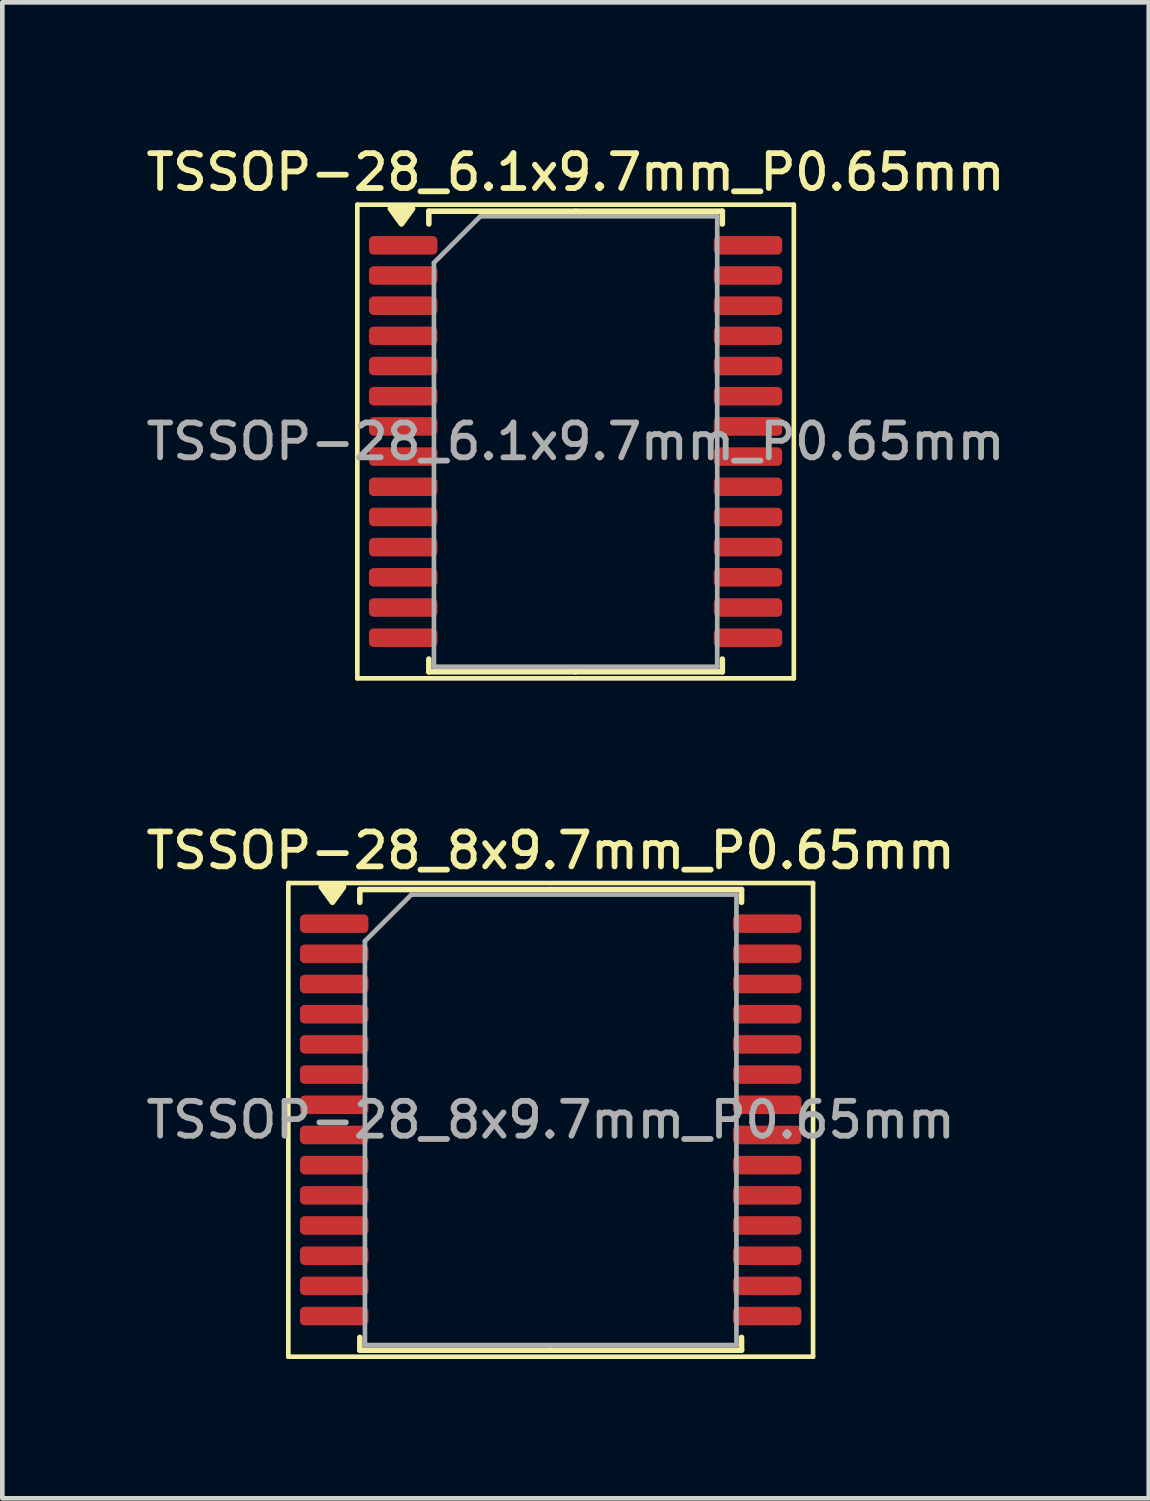
<source format=kicad_pcb>
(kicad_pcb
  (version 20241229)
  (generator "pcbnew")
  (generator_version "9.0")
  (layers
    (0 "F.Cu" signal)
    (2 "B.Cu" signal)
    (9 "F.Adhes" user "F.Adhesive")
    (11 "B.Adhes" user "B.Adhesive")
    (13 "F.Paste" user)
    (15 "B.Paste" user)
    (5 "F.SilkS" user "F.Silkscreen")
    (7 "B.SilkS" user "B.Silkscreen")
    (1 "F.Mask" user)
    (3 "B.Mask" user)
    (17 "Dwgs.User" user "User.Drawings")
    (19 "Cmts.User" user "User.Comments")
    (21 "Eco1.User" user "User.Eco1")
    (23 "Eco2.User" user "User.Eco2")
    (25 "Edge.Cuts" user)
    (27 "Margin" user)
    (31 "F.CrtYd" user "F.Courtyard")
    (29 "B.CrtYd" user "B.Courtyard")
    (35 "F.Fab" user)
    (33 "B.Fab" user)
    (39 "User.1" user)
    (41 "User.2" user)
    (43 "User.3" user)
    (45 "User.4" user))
  (footprint "TSSOP-28_6.1x9.7mm_P0.65mm"
    (layer "F.Cu")
    (at 9.345 6.458)
    (property "Reference" "TSSOP-28_6.1x9.7mm_P0.65mm" (at 0 -5.8 0) (layer "F.SilkS") (effects (font (size 0.75 0.75) (thickness 0.125))))
    (attr smd)
    (fp_line (start -4.7 -5.1) (end -4.7 5.1) (stroke (width 0.1) (type solid)) (layer "F.SilkS"))
    (fp_line (start -4.7 5.1) (end 4.7 5.1) (stroke (width 0.1) (type solid)) (layer "F.SilkS"))
    (fp_line (start -3.16 -4.96) (end -3.16 -4.685) (stroke (width 0.12) (type solid)) (layer "F.SilkS"))
    (fp_line (start -3.16 4.96) (end -3.16 4.685) (stroke (width 0.12) (type solid)) (layer "F.SilkS"))
    (fp_line (start 0 -4.96) (end -3.16 -4.96) (stroke (width 0.12) (type solid)) (layer "F.SilkS"))
    (fp_line (start 0 -4.96) (end 3.16 -4.96) (stroke (width 0.12) (type solid)) (layer "F.SilkS"))
    (fp_line (start 0 4.96) (end -3.16 4.96) (stroke (width 0.12) (type solid)) (layer "F.SilkS"))
    (fp_line (start 0 4.96) (end 3.16 4.96) (stroke (width 0.12) (type solid)) (layer "F.SilkS"))
    (fp_line (start 3.16 -4.96) (end 3.16 -4.685) (stroke (width 0.12) (type solid)) (layer "F.SilkS"))
    (fp_line (start 3.16 4.96) (end 3.16 4.685) (stroke (width 0.12) (type solid)) (layer "F.SilkS"))
    (fp_line (start 4.7 -5.1) (end -4.7 -5.1) (stroke (width 0.1) (type solid)) (layer "F.SilkS"))
    (fp_line (start 4.7 5.1) (end 4.7 -5.1) (stroke (width 0.1) (type solid)) (layer "F.SilkS"))
    (fp_poly (pts (xy -3.75 -4.685) (xy -3.99 -5.015) (xy -3.51 -5.015) (xy -3.75 -4.685)) (stroke (width 0.12) (type solid)) (fill yes) (layer "F.SilkS"))
    (fp_line (start -3.05 -3.85) (end -2.05 -4.85) (stroke (width 0.1) (type solid)) (layer "F.Fab"))
    (fp_line (start -3.05 4.85) (end -3.05 -3.85) (stroke (width 0.1) (type solid)) (layer "F.Fab"))
    (fp_line (start -2.05 -4.85) (end 3.05 -4.85) (stroke (width 0.1) (type solid)) (layer "F.Fab"))
    (fp_line (start 3.05 -4.85) (end 3.05 4.85) (stroke (width 0.1) (type solid)) (layer "F.Fab"))
    (fp_line (start 3.05 4.85) (end -3.05 4.85) (stroke (width 0.1) (type solid)) (layer "F.Fab"))
    (fp_text user "${REFERENCE}" (at 0 0 0) (layer "F.Fab") (effects (font (size 0.75 0.75) (thickness 0.125))))
    (pad "1" smd roundrect (at -3.712 -4.225) (size 1.475 0.4) (layers "F.Cu" "F.Mask" "F.Paste") (roundrect_rratio 0.25))
    (pad "2" smd roundrect (at -3.712 -3.575) (size 1.475 0.4) (layers "F.Cu" "F.Mask" "F.Paste") (roundrect_rratio 0.25))
    (pad "3" smd roundrect (at -3.712 -2.925) (size 1.475 0.4) (layers "F.Cu" "F.Mask" "F.Paste") (roundrect_rratio 0.25))
    (pad "4" smd roundrect (at -3.712 -2.275) (size 1.475 0.4) (layers "F.Cu" "F.Mask" "F.Paste") (roundrect_rratio 0.25))
    (pad "5" smd roundrect (at -3.712 -1.625) (size 1.475 0.4) (layers "F.Cu" "F.Mask" "F.Paste") (roundrect_rratio 0.25))
    (pad "6" smd roundrect (at -3.712 -0.975) (size 1.475 0.4) (layers "F.Cu" "F.Mask" "F.Paste") (roundrect_rratio 0.25))
    (pad "7" smd roundrect (at -3.712 -0.325) (size 1.475 0.4) (layers "F.Cu" "F.Mask" "F.Paste") (roundrect_rratio 0.25))
    (pad "8" smd roundrect (at -3.712 0.325) (size 1.475 0.4) (layers "F.Cu" "F.Mask" "F.Paste") (roundrect_rratio 0.25))
    (pad "9" smd roundrect (at -3.712 0.975) (size 1.475 0.4) (layers "F.Cu" "F.Mask" "F.Paste") (roundrect_rratio 0.25))
    (pad "10" smd roundrect (at -3.712 1.625) (size 1.475 0.4) (layers "F.Cu" "F.Mask" "F.Paste") (roundrect_rratio 0.25))
    (pad "11" smd roundrect (at -3.712 2.275) (size 1.475 0.4) (layers "F.Cu" "F.Mask" "F.Paste") (roundrect_rratio 0.25))
    (pad "12" smd roundrect (at -3.712 2.925) (size 1.475 0.4) (layers "F.Cu" "F.Mask" "F.Paste") (roundrect_rratio 0.25))
    (pad "13" smd roundrect (at -3.712 3.575) (size 1.475 0.4) (layers "F.Cu" "F.Mask" "F.Paste") (roundrect_rratio 0.25))
    (pad "14" smd roundrect (at -3.712 4.225) (size 1.475 0.4) (layers "F.Cu" "F.Mask" "F.Paste") (roundrect_rratio 0.25))
    (pad "15" smd roundrect (at 3.712 4.225) (size 1.475 0.4) (layers "F.Cu" "F.Mask" "F.Paste") (roundrect_rratio 0.25))
    (pad "16" smd roundrect (at 3.712 3.575) (size 1.475 0.4) (layers "F.Cu" "F.Mask" "F.Paste") (roundrect_rratio 0.25))
    (pad "17" smd roundrect (at 3.712 2.925) (size 1.475 0.4) (layers "F.Cu" "F.Mask" "F.Paste") (roundrect_rratio 0.25))
    (pad "18" smd roundrect (at 3.712 2.275) (size 1.475 0.4) (layers "F.Cu" "F.Mask" "F.Paste") (roundrect_rratio 0.25))
    (pad "19" smd roundrect (at 3.712 1.625) (size 1.475 0.4) (layers "F.Cu" "F.Mask" "F.Paste") (roundrect_rratio 0.25))
    (pad "20" smd roundrect (at 3.712 0.975) (size 1.475 0.4) (layers "F.Cu" "F.Mask" "F.Paste") (roundrect_rratio 0.25))
    (pad "21" smd roundrect (at 3.712 0.325) (size 1.475 0.4) (layers "F.Cu" "F.Mask" "F.Paste") (roundrect_rratio 0.25))
    (pad "22" smd roundrect (at 3.712 -0.325) (size 1.475 0.4) (layers "F.Cu" "F.Mask" "F.Paste") (roundrect_rratio 0.25))
    (pad "23" smd roundrect (at 3.712 -0.975) (size 1.475 0.4) (layers "F.Cu" "F.Mask" "F.Paste") (roundrect_rratio 0.25))
    (pad "24" smd roundrect (at 3.712 -1.625) (size 1.475 0.4) (layers "F.Cu" "F.Mask" "F.Paste") (roundrect_rratio 0.25))
    (pad "25" smd roundrect (at 3.712 -2.275) (size 1.475 0.4) (layers "F.Cu" "F.Mask" "F.Paste") (roundrect_rratio 0.25))
    (pad "26" smd roundrect (at 3.712 -2.925) (size 1.475 0.4) (layers "F.Cu" "F.Mask" "F.Paste") (roundrect_rratio 0.25))
    (pad "27" smd roundrect (at 3.712 -3.575) (size 1.475 0.4) (layers "F.Cu" "F.Mask" "F.Paste") (roundrect_rratio 0.25))
    (pad "28" smd roundrect (at 3.712 -4.225) (size 1.475 0.4) (layers "F.Cu" "F.Mask" "F.Paste") (roundrect_rratio 0.25)))
  (footprint "TSSOP-28_8x9.7mm_P0.65mm"
    (layer "F.Cu")
    (at 8.809 21.066)
    (property "Reference" "TSSOP-28_8x9.7mm_P0.65mm" (at 0 -5.8 0) (layer "F.SilkS") (effects (font (size 0.75 0.75) (thickness 0.125))))
    (attr smd)
    (fp_line (start -5.65 -5.1) (end -5.65 5.1) (stroke (width 0.1) (type solid)) (layer "F.SilkS"))
    (fp_line (start -5.65 5.1) (end 5.65 5.1) (stroke (width 0.1) (type solid)) (layer "F.SilkS"))
    (fp_line (start -4.11 -4.96) (end -4.11 -4.685) (stroke (width 0.12) (type solid)) (layer "F.SilkS"))
    (fp_line (start -4.11 4.96) (end -4.11 4.685) (stroke (width 0.12) (type solid)) (layer "F.SilkS"))
    (fp_line (start 0 -4.96) (end -4.11 -4.96) (stroke (width 0.12) (type solid)) (layer "F.SilkS"))
    (fp_line (start 0 -4.96) (end 4.11 -4.96) (stroke (width 0.12) (type solid)) (layer "F.SilkS"))
    (fp_line (start 0 4.96) (end -4.11 4.96) (stroke (width 0.12) (type solid)) (layer "F.SilkS"))
    (fp_line (start 0 4.96) (end 4.11 4.96) (stroke (width 0.12) (type solid)) (layer "F.SilkS"))
    (fp_line (start 4.11 -4.96) (end 4.11 -4.685) (stroke (width 0.12) (type solid)) (layer "F.SilkS"))
    (fp_line (start 4.11 4.96) (end 4.11 4.685) (stroke (width 0.12) (type solid)) (layer "F.SilkS"))
    (fp_line (start 5.65 -5.1) (end -5.65 -5.1) (stroke (width 0.1) (type solid)) (layer "F.SilkS"))
    (fp_line (start 5.65 5.1) (end 5.65 -5.1) (stroke (width 0.1) (type solid)) (layer "F.SilkS"))
    (fp_poly (pts (xy -4.7 -4.685) (xy -4.94 -5.015) (xy -4.46 -5.015) (xy -4.7 -4.685)) (stroke (width 0.12) (type solid)) (fill yes) (layer "F.SilkS"))
    (fp_line (start -4 -3.85) (end -3 -4.85) (stroke (width 0.1) (type solid)) (layer "F.Fab"))
    (fp_line (start -4 4.85) (end -4 -3.85) (stroke (width 0.1) (type solid)) (layer "F.Fab"))
    (fp_line (start -3 -4.85) (end 4 -4.85) (stroke (width 0.1) (type solid)) (layer "F.Fab"))
    (fp_line (start 4 -4.85) (end 4 4.85) (stroke (width 0.1) (type solid)) (layer "F.Fab"))
    (fp_line (start 4 4.85) (end -4 4.85) (stroke (width 0.1) (type solid)) (layer "F.Fab"))
    (fp_text user "${REFERENCE}" (at 0 0 0) (layer "F.Fab") (effects (font (size 0.75 0.75) (thickness 0.125))))
    (pad "1" smd roundrect (at -4.662 -4.225) (size 1.475 0.4) (layers "F.Cu" "F.Mask" "F.Paste") (roundrect_rratio 0.25))
    (pad "2" smd roundrect (at -4.662 -3.575) (size 1.475 0.4) (layers "F.Cu" "F.Mask" "F.Paste") (roundrect_rratio 0.25))
    (pad "3" smd roundrect (at -4.662 -2.925) (size 1.475 0.4) (layers "F.Cu" "F.Mask" "F.Paste") (roundrect_rratio 0.25))
    (pad "4" smd roundrect (at -4.662 -2.275) (size 1.475 0.4) (layers "F.Cu" "F.Mask" "F.Paste") (roundrect_rratio 0.25))
    (pad "5" smd roundrect (at -4.662 -1.625) (size 1.475 0.4) (layers "F.Cu" "F.Mask" "F.Paste") (roundrect_rratio 0.25))
    (pad "6" smd roundrect (at -4.662 -0.975) (size 1.475 0.4) (layers "F.Cu" "F.Mask" "F.Paste") (roundrect_rratio 0.25))
    (pad "7" smd roundrect (at -4.662 -0.325) (size 1.475 0.4) (layers "F.Cu" "F.Mask" "F.Paste") (roundrect_rratio 0.25))
    (pad "8" smd roundrect (at -4.662 0.325) (size 1.475 0.4) (layers "F.Cu" "F.Mask" "F.Paste") (roundrect_rratio 0.25))
    (pad "9" smd roundrect (at -4.662 0.975) (size 1.475 0.4) (layers "F.Cu" "F.Mask" "F.Paste") (roundrect_rratio 0.25))
    (pad "10" smd roundrect (at -4.662 1.625) (size 1.475 0.4) (layers "F.Cu" "F.Mask" "F.Paste") (roundrect_rratio 0.25))
    (pad "11" smd roundrect (at -4.662 2.275) (size 1.475 0.4) (layers "F.Cu" "F.Mask" "F.Paste") (roundrect_rratio 0.25))
    (pad "12" smd roundrect (at -4.662 2.925) (size 1.475 0.4) (layers "F.Cu" "F.Mask" "F.Paste") (roundrect_rratio 0.25))
    (pad "13" smd roundrect (at -4.662 3.575) (size 1.475 0.4) (layers "F.Cu" "F.Mask" "F.Paste") (roundrect_rratio 0.25))
    (pad "14" smd roundrect (at -4.662 4.225) (size 1.475 0.4) (layers "F.Cu" "F.Mask" "F.Paste") (roundrect_rratio 0.25))
    (pad "15" smd roundrect (at 4.662 4.225) (size 1.475 0.4) (layers "F.Cu" "F.Mask" "F.Paste") (roundrect_rratio 0.25))
    (pad "16" smd roundrect (at 4.662 3.575) (size 1.475 0.4) (layers "F.Cu" "F.Mask" "F.Paste") (roundrect_rratio 0.25))
    (pad "17" smd roundrect (at 4.662 2.925) (size 1.475 0.4) (layers "F.Cu" "F.Mask" "F.Paste") (roundrect_rratio 0.25))
    (pad "18" smd roundrect (at 4.662 2.275) (size 1.475 0.4) (layers "F.Cu" "F.Mask" "F.Paste") (roundrect_rratio 0.25))
    (pad "19" smd roundrect (at 4.662 1.625) (size 1.475 0.4) (layers "F.Cu" "F.Mask" "F.Paste") (roundrect_rratio 0.25))
    (pad "20" smd roundrect (at 4.662 0.975) (size 1.475 0.4) (layers "F.Cu" "F.Mask" "F.Paste") (roundrect_rratio 0.25))
    (pad "21" smd roundrect (at 4.662 0.325) (size 1.475 0.4) (layers "F.Cu" "F.Mask" "F.Paste") (roundrect_rratio 0.25))
    (pad "22" smd roundrect (at 4.662 -0.325) (size 1.475 0.4) (layers "F.Cu" "F.Mask" "F.Paste") (roundrect_rratio 0.25))
    (pad "23" smd roundrect (at 4.662 -0.975) (size 1.475 0.4) (layers "F.Cu" "F.Mask" "F.Paste") (roundrect_rratio 0.25))
    (pad "24" smd roundrect (at 4.662 -1.625) (size 1.475 0.4) (layers "F.Cu" "F.Mask" "F.Paste") (roundrect_rratio 0.25))
    (pad "25" smd roundrect (at 4.662 -2.275) (size 1.475 0.4) (layers "F.Cu" "F.Mask" "F.Paste") (roundrect_rratio 0.25))
    (pad "26" smd roundrect (at 4.662 -2.925) (size 1.475 0.4) (layers "F.Cu" "F.Mask" "F.Paste") (roundrect_rratio 0.25))
    (pad "27" smd roundrect (at 4.662 -3.575) (size 1.475 0.4) (layers "F.Cu" "F.Mask" "F.Paste") (roundrect_rratio 0.25))
    (pad "28" smd roundrect (at 4.662 -4.225) (size 1.475 0.4) (layers "F.Cu" "F.Mask" "F.Paste") (roundrect_rratio 0.25)))
  (gr_rect
    (start -3 -3)
    (end 21.689 29.216)
    (stroke (width 0.1) (type default))
    (fill no)
    (layer "Edge.Cuts")))
</source>
